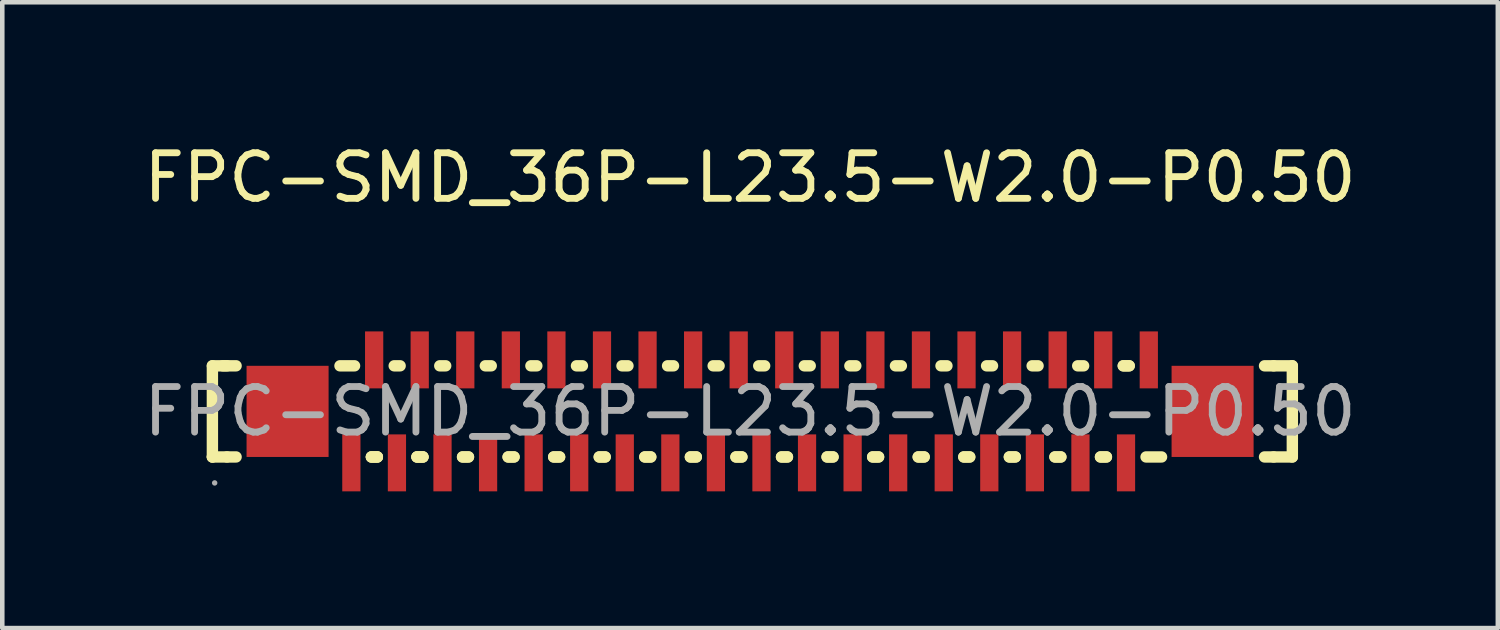
<source format=kicad_pcb>
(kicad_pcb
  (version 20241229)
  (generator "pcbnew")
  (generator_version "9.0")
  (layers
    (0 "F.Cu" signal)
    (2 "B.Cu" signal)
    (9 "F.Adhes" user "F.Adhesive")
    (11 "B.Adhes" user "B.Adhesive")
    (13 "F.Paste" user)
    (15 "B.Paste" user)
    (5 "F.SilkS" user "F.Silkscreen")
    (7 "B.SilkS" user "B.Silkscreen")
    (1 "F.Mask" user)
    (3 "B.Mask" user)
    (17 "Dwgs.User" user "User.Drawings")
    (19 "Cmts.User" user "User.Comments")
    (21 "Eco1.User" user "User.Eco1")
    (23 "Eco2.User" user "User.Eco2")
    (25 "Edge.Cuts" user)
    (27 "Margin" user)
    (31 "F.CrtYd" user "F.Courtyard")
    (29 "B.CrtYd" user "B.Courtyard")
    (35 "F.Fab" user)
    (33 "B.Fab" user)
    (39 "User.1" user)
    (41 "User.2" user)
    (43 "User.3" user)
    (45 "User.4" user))
  (footprint "FPC-SMD_36P-L23.5-W2.0-P0.50"
    (layer "F.Cu")
    (at 13.411 5.978)
    (property "Reference" "FPC-SMD_36P-L23.5-W2.0-P0.50" (at 0 -5.13 0) (layer "F.SilkS") (effects (font (size 1 1) (thickness 0.15))))
    (attr through_hole)
    (fp_line (start -11.8 -1) (end -11.48 -1) (stroke (width 0.25) (type solid)) (layer "F.SilkS"))
    (fp_line (start -11.8 1) (end -11.8 -1) (stroke (width 0.25) (type solid)) (layer "F.SilkS"))
    (fp_line (start -11.8 1) (end -11.8 1) (stroke (width 0.25) (type solid)) (layer "F.SilkS"))
    (fp_line (start -11.57 -1) (end -11.28 -1) (stroke (width 0.25) (type solid)) (layer "F.SilkS"))
    (fp_line (start -11.48 1) (end -11.8 1) (stroke (width 0.25) (type solid)) (layer "F.SilkS"))
    (fp_line (start -11.48 1) (end -11.28 1) (stroke (width 0.25) (type solid)) (layer "F.SilkS"))
    (fp_line (start -9 -1) (end -8.68 -1) (stroke (width 0.25) (type solid)) (layer "F.SilkS"))
    (fp_line (start -8.31 1) (end -8.18 1) (stroke (width 0.25) (type solid)) (layer "F.SilkS"))
    (fp_line (start -8.18 1) (end -8.31 1) (stroke (width 0.25) (type solid)) (layer "F.SilkS"))
    (fp_line (start -8.18 1) (end -8.31 1) (stroke (width 0.25) (type solid)) (layer "F.SilkS"))
    (fp_line (start -7.81 -1) (end -7.68 -1) (stroke (width 0.25) (type solid)) (layer "F.SilkS"))
    (fp_line (start -7.31 1) (end -7.18 1) (stroke (width 0.25) (type solid)) (layer "F.SilkS"))
    (fp_line (start -7.18 1) (end -7.31 1) (stroke (width 0.25) (type solid)) (layer "F.SilkS"))
    (fp_line (start -7.18 1) (end -7.31 1) (stroke (width 0.25) (type solid)) (layer "F.SilkS"))
    (fp_line (start -6.81 -1) (end -6.68 -1) (stroke (width 0.25) (type solid)) (layer "F.SilkS"))
    (fp_line (start -6.31 1) (end -6.18 1) (stroke (width 0.25) (type solid)) (layer "F.SilkS"))
    (fp_line (start -6.18 1) (end -6.31 1) (stroke (width 0.25) (type solid)) (layer "F.SilkS"))
    (fp_line (start -5.81 -1) (end -5.68 -1) (stroke (width 0.25) (type solid)) (layer "F.SilkS"))
    (fp_line (start -5.31 1) (end -5.18 1) (stroke (width 0.25) (type solid)) (layer "F.SilkS"))
    (fp_line (start -5.18 1) (end -5.31 1) (stroke (width 0.25) (type solid)) (layer "F.SilkS"))
    (fp_line (start -4.81 -1) (end -4.68 -1) (stroke (width 0.25) (type solid)) (layer "F.SilkS"))
    (fp_line (start -4.31 1) (end -4.18 1) (stroke (width 0.25) (type solid)) (layer "F.SilkS"))
    (fp_line (start -4.18 1) (end -4.31 1) (stroke (width 0.25) (type solid)) (layer "F.SilkS"))
    (fp_line (start -3.81 -1) (end -3.68 -1) (stroke (width 0.25) (type solid)) (layer "F.SilkS"))
    (fp_line (start -3.31 1) (end -3.18 1) (stroke (width 0.25) (type solid)) (layer "F.SilkS"))
    (fp_line (start -3.18 1) (end -3.31 1) (stroke (width 0.25) (type solid)) (layer "F.SilkS"))
    (fp_line (start -2.81 -1) (end -2.68 -1) (stroke (width 0.25) (type solid)) (layer "F.SilkS"))
    (fp_line (start -2.31 1) (end -2.18 1) (stroke (width 0.25) (type solid)) (layer "F.SilkS"))
    (fp_line (start -2.18 1) (end -2.31 1) (stroke (width 0.25) (type solid)) (layer "F.SilkS"))
    (fp_line (start -1.81 -1) (end -1.68 -1) (stroke (width 0.25) (type solid)) (layer "F.SilkS"))
    (fp_line (start -1.31 1) (end -1.18 1) (stroke (width 0.25) (type solid)) (layer "F.SilkS"))
    (fp_line (start -1.18 1) (end -1.31 1) (stroke (width 0.25) (type solid)) (layer "F.SilkS"))
    (fp_line (start -0.81 -1) (end -0.68 -1) (stroke (width 0.25) (type solid)) (layer "F.SilkS"))
    (fp_line (start -0.31 1) (end -0.18 1) (stroke (width 0.25) (type solid)) (layer "F.SilkS"))
    (fp_line (start -0.18 1) (end -0.31 1) (stroke (width 0.25) (type solid)) (layer "F.SilkS"))
    (fp_line (start 0.19 -1) (end 0.32 -1) (stroke (width 0.25) (type solid)) (layer "F.SilkS"))
    (fp_line (start 0.69 1) (end 0.82 1) (stroke (width 0.25) (type solid)) (layer "F.SilkS"))
    (fp_line (start 0.82 1) (end 0.69 1) (stroke (width 0.25) (type solid)) (layer "F.SilkS"))
    (fp_line (start 1.19 -1) (end 1.32 -1) (stroke (width 0.25) (type solid)) (layer "F.SilkS"))
    (fp_line (start 1.69 1) (end 1.82 1) (stroke (width 0.25) (type solid)) (layer "F.SilkS"))
    (fp_line (start 1.82 1) (end 1.69 1) (stroke (width 0.25) (type solid)) (layer "F.SilkS"))
    (fp_line (start 2.19 -1) (end 2.32 -1) (stroke (width 0.25) (type solid)) (layer "F.SilkS"))
    (fp_line (start 2.69 1) (end 2.82 1) (stroke (width 0.25) (type solid)) (layer "F.SilkS"))
    (fp_line (start 2.82 1) (end 2.69 1) (stroke (width 0.25) (type solid)) (layer "F.SilkS"))
    (fp_line (start 3.19 -1) (end 3.32 -1) (stroke (width 0.25) (type solid)) (layer "F.SilkS"))
    (fp_line (start 3.69 1) (end 3.82 1) (stroke (width 0.25) (type solid)) (layer "F.SilkS"))
    (fp_line (start 3.82 1) (end 3.69 1) (stroke (width 0.25) (type solid)) (layer "F.SilkS"))
    (fp_line (start 4.19 -1) (end 4.32 -1) (stroke (width 0.25) (type solid)) (layer "F.SilkS"))
    (fp_line (start 4.69 1) (end 4.82 1) (stroke (width 0.25) (type solid)) (layer "F.SilkS"))
    (fp_line (start 4.82 1) (end 4.69 1) (stroke (width 0.25) (type solid)) (layer "F.SilkS"))
    (fp_line (start 5.19 -1) (end 5.32 -1) (stroke (width 0.25) (type solid)) (layer "F.SilkS"))
    (fp_line (start 5.69 1) (end 5.82 1) (stroke (width 0.25) (type solid)) (layer "F.SilkS"))
    (fp_line (start 5.82 1) (end 5.69 1) (stroke (width 0.25) (type solid)) (layer "F.SilkS"))
    (fp_line (start 6.19 -1) (end 6.32 -1) (stroke (width 0.25) (type solid)) (layer "F.SilkS"))
    (fp_line (start 6.69 1) (end 6.82 1) (stroke (width 0.25) (type solid)) (layer "F.SilkS"))
    (fp_line (start 6.82 1) (end 6.69 1) (stroke (width 0.25) (type solid)) (layer "F.SilkS"))
    (fp_line (start 7.19 -1) (end 7.32 -1) (stroke (width 0.25) (type solid)) (layer "F.SilkS"))
    (fp_line (start 7.69 1) (end 7.82 1) (stroke (width 0.25) (type solid)) (layer "F.SilkS"))
    (fp_line (start 7.82 1) (end 7.69 1) (stroke (width 0.25) (type solid)) (layer "F.SilkS"))
    (fp_line (start 8.19 -1) (end 8.32 -1) (stroke (width 0.25) (type solid)) (layer "F.SilkS"))
    (fp_line (start 8.19 -1) (end 8.32 -1) (stroke (width 0.25) (type solid)) (layer "F.SilkS"))
    (fp_line (start 9.03 1) (end 8.69 1) (stroke (width 0.25) (type solid)) (layer "F.SilkS"))
    (fp_line (start 11.49 -1) (end 11.29 -1) (stroke (width 0.25) (type solid)) (layer "F.SilkS"))
    (fp_line (start 11.49 -1) (end 11.9 -1) (stroke (width 0.25) (type solid)) (layer "F.SilkS"))
    (fp_line (start 11.49 1) (end 11.29 1) (stroke (width 0.25) (type solid)) (layer "F.SilkS"))
    (fp_line (start 11.9 -1) (end 11.9 1) (stroke (width 0.25) (type solid)) (layer "F.SilkS"))
    (fp_line (start 11.9 1) (end 11.49 1) (stroke (width 0.25) (type solid)) (layer "F.SilkS"))
    (fp_circle (center -11.75 1.57) (end -11.72 1.57) (stroke (width 0.06) (type solid)) (fill no) (layer "F.Fab"))
    (fp_text user "${REFERENCE}" (at 0 0 0) (layer "F.Fab") (effects (font (size 1 1) (thickness 0.15))))
    (pad "1" smd rect (at -8.75 1.13) (size 0.4 1.25) (layers "F.Cu" "F.Mask" "F.Paste"))
    (pad "2" smd rect (at -8.25 -1.13) (size 0.4 1.25) (layers "F.Cu" "F.Mask" "F.Paste"))
    (pad "3" smd rect (at -7.75 1.13) (size 0.4 1.25) (layers "F.Cu" "F.Mask" "F.Paste"))
    (pad "4" smd rect (at -7.25 -1.13) (size 0.4 1.25) (layers "F.Cu" "F.Mask" "F.Paste"))
    (pad "5" smd rect (at -6.75 1.13) (size 0.4 1.25) (layers "F.Cu" "F.Mask" "F.Paste"))
    (pad "6" smd rect (at -6.25 -1.13) (size 0.4 1.25) (layers "F.Cu" "F.Mask" "F.Paste"))
    (pad "7" smd rect (at -5.75 1.13) (size 0.4 1.25) (layers "F.Cu" "F.Mask" "F.Paste"))
    (pad "8" smd rect (at -5.25 -1.13) (size 0.4 1.25) (layers "F.Cu" "F.Mask" "F.Paste"))
    (pad "9" smd rect (at -4.75 1.13) (size 0.4 1.25) (layers "F.Cu" "F.Mask" "F.Paste"))
    (pad "10" smd rect (at -4.25 -1.13) (size 0.4 1.25) (layers "F.Cu" "F.Mask" "F.Paste"))
    (pad "11" smd rect (at -3.75 1.13) (size 0.4 1.25) (layers "F.Cu" "F.Mask" "F.Paste"))
    (pad "12" smd rect (at -3.25 -1.13) (size 0.4 1.25) (layers "F.Cu" "F.Mask" "F.Paste"))
    (pad "13" smd rect (at -2.75 1.13) (size 0.4 1.25) (layers "F.Cu" "F.Mask" "F.Paste"))
    (pad "14" smd rect (at -2.25 -1.13) (size 0.4 1.25) (layers "F.Cu" "F.Mask" "F.Paste"))
    (pad "15" smd rect (at -1.75 1.13) (size 0.4 1.25) (layers "F.Cu" "F.Mask" "F.Paste"))
    (pad "16" smd rect (at -1.25 -1.13) (size 0.4 1.25) (layers "F.Cu" "F.Mask" "F.Paste"))
    (pad "17" smd rect (at -0.75 1.13) (size 0.4 1.25) (layers "F.Cu" "F.Mask" "F.Paste"))
    (pad "18" smd rect (at -0.25 -1.13) (size 0.4 1.25) (layers "F.Cu" "F.Mask" "F.Paste"))
    (pad "19" smd rect (at 0.25 1.13) (size 0.4 1.25) (layers "F.Cu" "F.Mask" "F.Paste"))
    (pad "20" smd rect (at 0.75 -1.13) (size 0.4 1.25) (layers "F.Cu" "F.Mask" "F.Paste"))
    (pad "21" smd rect (at 1.25 1.13) (size 0.4 1.25) (layers "F.Cu" "F.Mask" "F.Paste"))
    (pad "22" smd rect (at 1.75 -1.13) (size 0.4 1.25) (layers "F.Cu" "F.Mask" "F.Paste"))
    (pad "23" smd rect (at 2.25 1.13) (size 0.4 1.25) (layers "F.Cu" "F.Mask" "F.Paste"))
    (pad "24" smd rect (at 2.75 -1.13) (size 0.4 1.25) (layers "F.Cu" "F.Mask" "F.Paste"))
    (pad "25" smd rect (at 3.25 1.13) (size 0.4 1.25) (layers "F.Cu" "F.Mask" "F.Paste"))
    (pad "26" smd rect (at 3.75 -1.13) (size 0.4 1.25) (layers "F.Cu" "F.Mask" "F.Paste"))
    (pad "27" smd rect (at 4.25 1.13) (size 0.4 1.25) (layers "F.Cu" "F.Mask" "F.Paste"))
    (pad "28" smd rect (at 4.75 -1.13) (size 0.4 1.25) (layers "F.Cu" "F.Mask" "F.Paste"))
    (pad "29" smd rect (at 5.25 1.13) (size 0.4 1.25) (layers "F.Cu" "F.Mask" "F.Paste"))
    (pad "30" smd rect (at 5.75 -1.13) (size 0.4 1.25) (layers "F.Cu" "F.Mask" "F.Paste"))
    (pad "31" smd rect (at 6.25 1.13) (size 0.4 1.25) (layers "F.Cu" "F.Mask" "F.Paste"))
    (pad "32" smd rect (at 6.75 -1.13) (size 0.4 1.25) (layers "F.Cu" "F.Mask" "F.Paste"))
    (pad "33" smd rect (at 7.25 1.13) (size 0.4 1.25) (layers "F.Cu" "F.Mask" "F.Paste"))
    (pad "34" smd rect (at 7.75 -1.13) (size 0.4 1.25) (layers "F.Cu" "F.Mask" "F.Paste"))
    (pad "35" smd rect (at 8.25 1.13) (size 0.4 1.25) (layers "F.Cu" "F.Mask" "F.Paste"))
    (pad "36" smd rect (at 8.75 -1.13) (size 0.4 1.25) (layers "F.Cu" "F.Mask" "F.Paste"))
    (pad "37" smd rect (at 10.15 0) (size 1.8 2) (layers "F.Cu" "F.Mask" "F.Paste"))
    (pad "38" smd rect (at -10.15 0) (size 1.8 2) (layers "F.Cu" "F.Mask" "F.Paste")))
  (gr_rect
    (start -3 -3)
    (end 29.821 10.733)
    (stroke (width 0.1) (type default))
    (fill no)
    (layer "Edge.Cuts")))
</source>
